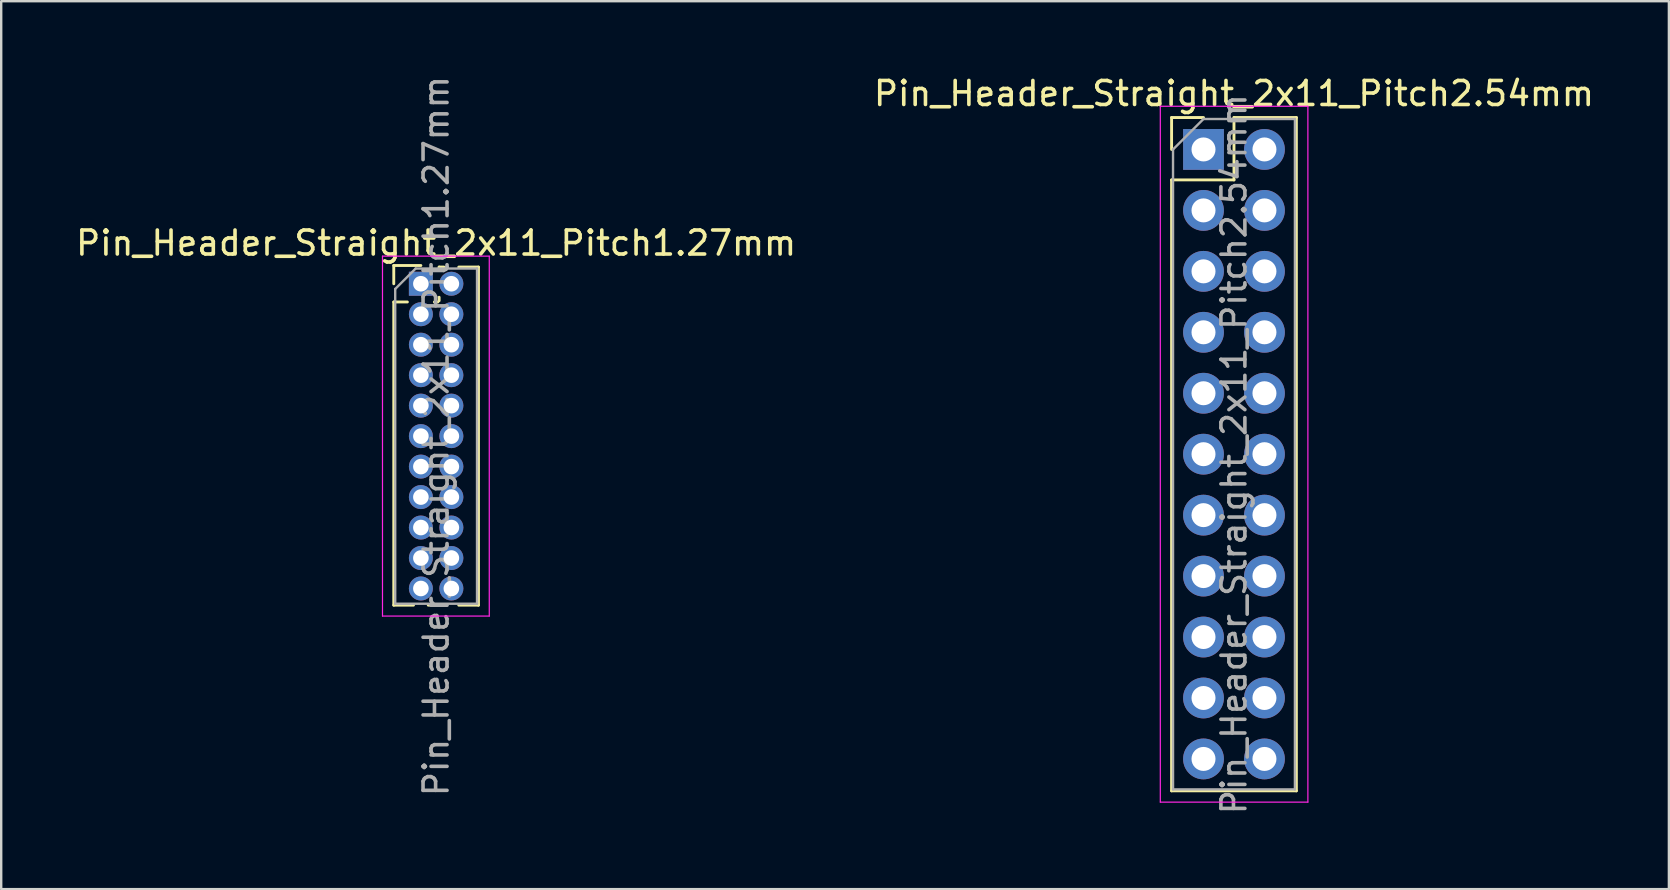
<source format=kicad_pcb>
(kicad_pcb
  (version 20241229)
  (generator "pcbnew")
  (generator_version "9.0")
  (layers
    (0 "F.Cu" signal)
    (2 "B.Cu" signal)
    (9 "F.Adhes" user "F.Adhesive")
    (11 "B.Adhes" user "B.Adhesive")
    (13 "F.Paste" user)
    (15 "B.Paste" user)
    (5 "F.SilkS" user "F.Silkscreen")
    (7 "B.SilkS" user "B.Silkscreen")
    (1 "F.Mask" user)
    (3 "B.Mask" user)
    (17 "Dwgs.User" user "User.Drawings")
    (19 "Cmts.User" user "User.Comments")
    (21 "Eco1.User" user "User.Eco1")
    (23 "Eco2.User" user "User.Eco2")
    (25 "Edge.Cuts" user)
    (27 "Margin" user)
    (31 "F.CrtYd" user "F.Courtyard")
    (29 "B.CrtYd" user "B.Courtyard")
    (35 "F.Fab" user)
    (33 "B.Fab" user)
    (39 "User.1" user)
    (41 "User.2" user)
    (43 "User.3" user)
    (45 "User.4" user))
  (footprint "Pin_Header_Straight_2x11_Pitch2.54mm"
    (layer "F.Cu")
    (at 47.105 3.178)
    (property "Reference" "Pin_Header_Straight_2x11_Pitch2.54mm" (at 1.27 -2.33 0) (layer "F.SilkS") (effects (font (size 1 1) (thickness 0.15))))
    (attr through_hole)
    (fp_line (start -1.33 -1.33) (end 0 -1.33) (stroke (width 0.12) (type solid)) (layer "F.SilkS"))
    (fp_line (start -1.33 0) (end -1.33 -1.33) (stroke (width 0.12) (type solid)) (layer "F.SilkS"))
    (fp_line (start -1.33 1.27) (end -1.33 26.73) (stroke (width 0.12) (type solid)) (layer "F.SilkS"))
    (fp_line (start -1.33 1.27) (end 1.27 1.27) (stroke (width 0.12) (type solid)) (layer "F.SilkS"))
    (fp_line (start -1.33 26.73) (end 3.87 26.73) (stroke (width 0.12) (type solid)) (layer "F.SilkS"))
    (fp_line (start 1.27 -1.33) (end 3.87 -1.33) (stroke (width 0.12) (type solid)) (layer "F.SilkS"))
    (fp_line (start 1.27 1.27) (end 1.27 -1.33) (stroke (width 0.12) (type solid)) (layer "F.SilkS"))
    (fp_line (start 3.87 -1.33) (end 3.87 26.73) (stroke (width 0.12) (type solid)) (layer "F.SilkS"))
    (fp_line (start -1.8 -1.8) (end -1.8 27.2) (stroke (width 0.05) (type solid)) (layer "F.CrtYd"))
    (fp_line (start -1.8 27.2) (end 4.35 27.2) (stroke (width 0.05) (type solid)) (layer "F.CrtYd"))
    (fp_line (start 4.35 -1.8) (end -1.8 -1.8) (stroke (width 0.05) (type solid)) (layer "F.CrtYd"))
    (fp_line (start 4.35 27.2) (end 4.35 -1.8) (stroke (width 0.05) (type solid)) (layer "F.CrtYd"))
    (fp_line (start -1.27 0) (end 0 -1.27) (stroke (width 0.1) (type solid)) (layer "F.Fab"))
    (fp_line (start -1.27 26.67) (end -1.27 0) (stroke (width 0.1) (type solid)) (layer "F.Fab"))
    (fp_line (start 0 -1.27) (end 3.81 -1.27) (stroke (width 0.1) (type solid)) (layer "F.Fab"))
    (fp_line (start 3.81 -1.27) (end 3.81 26.67) (stroke (width 0.1) (type solid)) (layer "F.Fab"))
    (fp_line (start 3.81 26.67) (end -1.27 26.67) (stroke (width 0.1) (type solid)) (layer "F.Fab"))
    (fp_text user "${REFERENCE}" (at 1.27 12.7 90) (layer "F.Fab") (effects (font (size 1 1) (thickness 0.15))))
    (pad "1" thru_hole rect (at 0 0) (size 1.7 1.7) (drill 1) (layers "*.Cu" "*.Mask"))
    (pad "2" thru_hole oval (at 2.54 0) (size 1.7 1.7) (drill 1) (layers "*.Cu" "*.Mask"))
    (pad "3" thru_hole oval (at 0 2.54) (size 1.7 1.7) (drill 1) (layers "*.Cu" "*.Mask"))
    (pad "4" thru_hole oval (at 2.54 2.54) (size 1.7 1.7) (drill 1) (layers "*.Cu" "*.Mask"))
    (pad "5" thru_hole oval (at 0 5.08) (size 1.7 1.7) (drill 1) (layers "*.Cu" "*.Mask"))
    (pad "6" thru_hole oval (at 2.54 5.08) (size 1.7 1.7) (drill 1) (layers "*.Cu" "*.Mask"))
    (pad "7" thru_hole oval (at 0 7.62) (size 1.7 1.7) (drill 1) (layers "*.Cu" "*.Mask"))
    (pad "8" thru_hole oval (at 2.54 7.62) (size 1.7 1.7) (drill 1) (layers "*.Cu" "*.Mask"))
    (pad "9" thru_hole oval (at 0 10.16) (size 1.7 1.7) (drill 1) (layers "*.Cu" "*.Mask"))
    (pad "10" thru_hole oval (at 2.54 10.16) (size 1.7 1.7) (drill 1) (layers "*.Cu" "*.Mask"))
    (pad "11" thru_hole oval (at 0 12.7) (size 1.7 1.7) (drill 1) (layers "*.Cu" "*.Mask"))
    (pad "12" thru_hole oval (at 2.54 12.7) (size 1.7 1.7) (drill 1) (layers "*.Cu" "*.Mask"))
    (pad "13" thru_hole oval (at 0 15.24) (size 1.7 1.7) (drill 1) (layers "*.Cu" "*.Mask"))
    (pad "14" thru_hole oval (at 2.54 15.24) (size 1.7 1.7) (drill 1) (layers "*.Cu" "*.Mask"))
    (pad "15" thru_hole oval (at 0 17.78) (size 1.7 1.7) (drill 1) (layers "*.Cu" "*.Mask"))
    (pad "16" thru_hole oval (at 2.54 17.78) (size 1.7 1.7) (drill 1) (layers "*.Cu" "*.Mask"))
    (pad "17" thru_hole oval (at 0 20.32) (size 1.7 1.7) (drill 1) (layers "*.Cu" "*.Mask"))
    (pad "18" thru_hole oval (at 2.54 20.32) (size 1.7 1.7) (drill 1) (layers "*.Cu" "*.Mask"))
    (pad "19" thru_hole oval (at 0 22.86) (size 1.7 1.7) (drill 1) (layers "*.Cu" "*.Mask"))
    (pad "20" thru_hole oval (at 2.54 22.86) (size 1.7 1.7) (drill 1) (layers "*.Cu" "*.Mask"))
    (pad "21" thru_hole oval (at 0 25.4) (size 1.7 1.7) (drill 1) (layers "*.Cu" "*.Mask"))
    (pad "22" thru_hole oval (at 2.54 25.4) (size 1.7 1.7) (drill 1) (layers "*.Cu" "*.Mask")))
  (footprint "Pin_Header_Straight_2x11_Pitch1.27mm"
    (layer "F.Cu")
    (at 14.49 8.775)
    (property "Reference" "Pin_Header_Straight_2x11_Pitch1.27mm" (at 0.635 -1.695 0) (layer "F.SilkS") (effects (font (size 1 1) (thickness 0.15))))
    (attr through_hole)
    (fp_line (start -1.13 -0.76) (end 0 -0.76) (stroke (width 0.12) (type solid)) (layer "F.SilkS"))
    (fp_line (start -1.13 0) (end -1.13 -0.76) (stroke (width 0.12) (type solid)) (layer "F.SilkS"))
    (fp_line (start -1.13 0.76) (end -1.13 13.395) (stroke (width 0.12) (type solid)) (layer "F.SilkS"))
    (fp_line (start -1.13 0.76) (end -0.563 0.76) (stroke (width 0.12) (type solid)) (layer "F.SilkS"))
    (fp_line (start -1.13 13.395) (end -0.308 13.395) (stroke (width 0.12) (type solid)) (layer "F.SilkS"))
    (fp_line (start 0.308 13.395) (end 0.962 13.395) (stroke (width 0.12) (type solid)) (layer "F.SilkS"))
    (fp_line (start 0.563 0.76) (end 0.707 0.76) (stroke (width 0.12) (type solid)) (layer "F.SilkS"))
    (fp_line (start 0.76 -0.695) (end 0.962 -0.695) (stroke (width 0.12) (type solid)) (layer "F.SilkS"))
    (fp_line (start 0.76 -0.563) (end 0.76 -0.695) (stroke (width 0.12) (type solid)) (layer "F.SilkS"))
    (fp_line (start 0.76 0.707) (end 0.76 0.563) (stroke (width 0.12) (type solid)) (layer "F.SilkS"))
    (fp_line (start 1.578 -0.695) (end 2.4 -0.695) (stroke (width 0.12) (type solid)) (layer "F.SilkS"))
    (fp_line (start 1.578 13.395) (end 2.4 13.395) (stroke (width 0.12) (type solid)) (layer "F.SilkS"))
    (fp_line (start 2.4 -0.695) (end 2.4 13.395) (stroke (width 0.12) (type solid)) (layer "F.SilkS"))
    (fp_line (start -1.6 -1.15) (end -1.6 13.85) (stroke (width 0.05) (type solid)) (layer "F.CrtYd"))
    (fp_line (start -1.6 13.85) (end 2.85 13.85) (stroke (width 0.05) (type solid)) (layer "F.CrtYd"))
    (fp_line (start 2.85 -1.15) (end -1.6 -1.15) (stroke (width 0.05) (type solid)) (layer "F.CrtYd"))
    (fp_line (start 2.85 13.85) (end 2.85 -1.15) (stroke (width 0.05) (type solid)) (layer "F.CrtYd"))
    (fp_line (start -1.07 0.217) (end -0.217 -0.635) (stroke (width 0.1) (type solid)) (layer "F.Fab"))
    (fp_line (start -1.07 13.335) (end -1.07 0.217) (stroke (width 0.1) (type solid)) (layer "F.Fab"))
    (fp_line (start -0.217 -0.635) (end 2.34 -0.635) (stroke (width 0.1) (type solid)) (layer "F.Fab"))
    (fp_line (start 2.34 -0.635) (end 2.34 13.335) (stroke (width 0.1) (type solid)) (layer "F.Fab"))
    (fp_line (start 2.34 13.335) (end -1.07 13.335) (stroke (width 0.1) (type solid)) (layer "F.Fab"))
    (fp_text user "${REFERENCE}" (at 0.635 6.35 90) (layer "F.Fab") (effects (font (size 1 1) (thickness 0.15))))
    (pad "1" thru_hole rect (at 0 0) (size 1 1) (drill 0.65) (layers "*.Cu" "*.Mask"))
    (pad "2" thru_hole oval (at 1.27 0) (size 1 1) (drill 0.65) (layers "*.Cu" "*.Mask"))
    (pad "3" thru_hole oval (at 0 1.27) (size 1 1) (drill 0.65) (layers "*.Cu" "*.Mask"))
    (pad "4" thru_hole oval (at 1.27 1.27) (size 1 1) (drill 0.65) (layers "*.Cu" "*.Mask"))
    (pad "5" thru_hole oval (at 0 2.54) (size 1 1) (drill 0.65) (layers "*.Cu" "*.Mask"))
    (pad "6" thru_hole oval (at 1.27 2.54) (size 1 1) (drill 0.65) (layers "*.Cu" "*.Mask"))
    (pad "7" thru_hole oval (at 0 3.81) (size 1 1) (drill 0.65) (layers "*.Cu" "*.Mask"))
    (pad "8" thru_hole oval (at 1.27 3.81) (size 1 1) (drill 0.65) (layers "*.Cu" "*.Mask"))
    (pad "9" thru_hole oval (at 0 5.08) (size 1 1) (drill 0.65) (layers "*.Cu" "*.Mask"))
    (pad "10" thru_hole oval (at 1.27 5.08) (size 1 1) (drill 0.65) (layers "*.Cu" "*.Mask"))
    (pad "11" thru_hole oval (at 0 6.35) (size 1 1) (drill 0.65) (layers "*.Cu" "*.Mask"))
    (pad "12" thru_hole oval (at 1.27 6.35) (size 1 1) (drill 0.65) (layers "*.Cu" "*.Mask"))
    (pad "13" thru_hole oval (at 0 7.62) (size 1 1) (drill 0.65) (layers "*.Cu" "*.Mask"))
    (pad "14" thru_hole oval (at 1.27 7.62) (size 1 1) (drill 0.65) (layers "*.Cu" "*.Mask"))
    (pad "15" thru_hole oval (at 0 8.89) (size 1 1) (drill 0.65) (layers "*.Cu" "*.Mask"))
    (pad "16" thru_hole oval (at 1.27 8.89) (size 1 1) (drill 0.65) (layers "*.Cu" "*.Mask"))
    (pad "17" thru_hole oval (at 0 10.16) (size 1 1) (drill 0.65) (layers "*.Cu" "*.Mask"))
    (pad "18" thru_hole oval (at 1.27 10.16) (size 1 1) (drill 0.65) (layers "*.Cu" "*.Mask"))
    (pad "19" thru_hole oval (at 0 11.43) (size 1 1) (drill 0.65) (layers "*.Cu" "*.Mask"))
    (pad "20" thru_hole oval (at 1.27 11.43) (size 1 1) (drill 0.65) (layers "*.Cu" "*.Mask"))
    (pad "21" thru_hole oval (at 0 12.7) (size 1 1) (drill 0.65) (layers "*.Cu" "*.Mask"))
    (pad "22" thru_hole oval (at 1.27 12.7) (size 1 1) (drill 0.65) (layers "*.Cu" "*.Mask")))
  (gr_rect
    (start -3 -3)
    (end 66.5 34.003)
    (stroke (width 0.1) (type default))
    (fill no)
    (layer "Edge.Cuts")))
</source>
